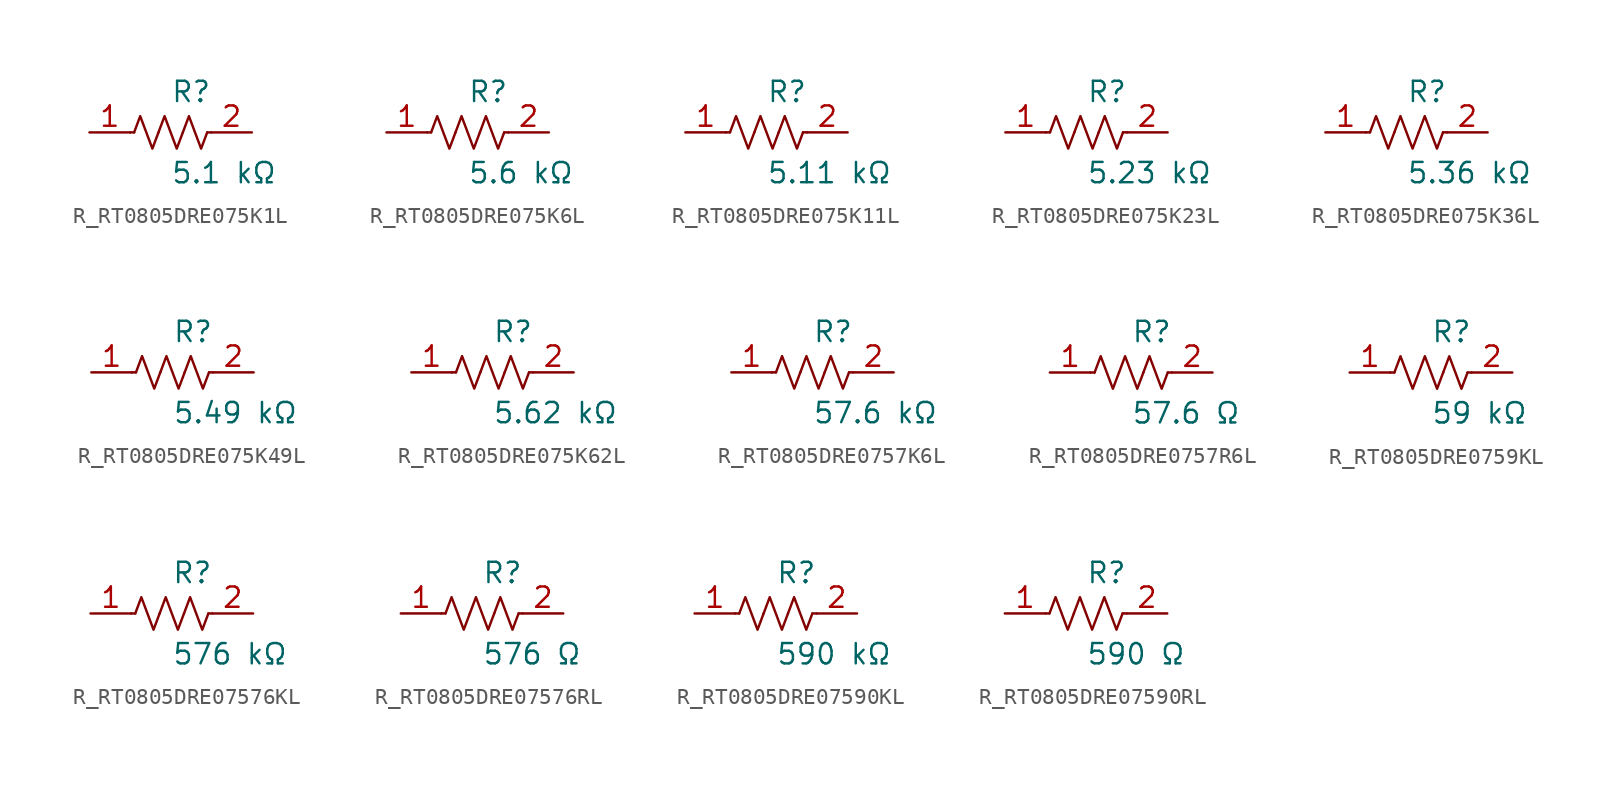
<source format=kicad_sym>
(kicad_symbol_lib
  (version 20231120)
  (generator kicad_symbol_editor)
  (generator_version 8.0)
  (symbol "R_RT0805DRE075K1L"
    (pin_names
      (offset 0.254))
    (property "Reference" "R"
      (at 0 2.54 0)
      (effects (font (size 1.27 1.27)) (justify left)))
    (property "Value" "5.1 kΩ"
      (at 0 -2.54 0)
      (effects (font (size 1.27 1.27)) (justify left)))
    (symbol "R_RT0805DRE075K1L_0_1"
      (polyline (pts (xy 2.286 0) (xy 2.54 0)) (stroke (width 0) (type default)) (fill (type none)))
      (polyline (pts (xy -2.286 0) (xy -2.54 0)) (stroke (width 0) (type default)) (fill (type none)))
      (polyline (pts (xy 0.762 0) (xy 1.143 1.016) (xy 1.524 0) (xy 1.905 -1.016) (xy 2.286 0)) (stroke (width 0) (type default)) (fill (type none)))
      (polyline (pts (xy -0.762 0) (xy -0.381 1.016) (xy 0 0) (xy 0.381 -1.016) (xy 0.762 0)) (stroke (width 0) (type default)) (fill (type none)))
      (polyline (pts (xy -2.286 0) (xy -1.905 1.016) (xy -1.524 0) (xy -1.143 -1.016) (xy -0.762 0)) (stroke (width 0) (type default)) (fill (type none))))
    (pin passive line
      (at -5.08 0 0)
      (length 2.54)
      (name "" (effects (font (size 1.27 1.27))))
      (number "1" (effects (font (size 1.27 1.27)))))
    (pin passive line
      (at 5.08 0 180)
      (length 2.54)
      (name "" (effects (font (size 1.27 1.27))))
      (number "2" (effects (font (size 1.27 1.27))))))
  (symbol "R_RT0805DRE075K6L"
    (pin_names
      (offset 0.254))
    (property "Reference" "R"
      (at 0 2.54 0)
      (effects (font (size 1.27 1.27)) (justify left)))
    (property "Value" "5.6 kΩ"
      (at 0 -2.54 0)
      (effects (font (size 1.27 1.27)) (justify left)))
    (symbol "R_RT0805DRE075K6L_0_1"
      (polyline (pts (xy 2.286 0) (xy 2.54 0)) (stroke (width 0) (type default)) (fill (type none)))
      (polyline (pts (xy -2.286 0) (xy -2.54 0)) (stroke (width 0) (type default)) (fill (type none)))
      (polyline (pts (xy 0.762 0) (xy 1.143 1.016) (xy 1.524 0) (xy 1.905 -1.016) (xy 2.286 0)) (stroke (width 0) (type default)) (fill (type none)))
      (polyline (pts (xy -0.762 0) (xy -0.381 1.016) (xy 0 0) (xy 0.381 -1.016) (xy 0.762 0)) (stroke (width 0) (type default)) (fill (type none)))
      (polyline (pts (xy -2.286 0) (xy -1.905 1.016) (xy -1.524 0) (xy -1.143 -1.016) (xy -0.762 0)) (stroke (width 0) (type default)) (fill (type none))))
    (pin passive line
      (at -5.08 0 0)
      (length 2.54)
      (name "" (effects (font (size 1.27 1.27))))
      (number "1" (effects (font (size 1.27 1.27)))))
    (pin passive line
      (at 5.08 0 180)
      (length 2.54)
      (name "" (effects (font (size 1.27 1.27))))
      (number "2" (effects (font (size 1.27 1.27))))))
  (symbol "R_RT0805DRE075K11L"
    (pin_names
      (offset 0.254))
    (property "Reference" "R"
      (at 0 2.54 0)
      (effects (font (size 1.27 1.27)) (justify left)))
    (property "Value" "5.11 kΩ"
      (at 0 -2.54 0)
      (effects (font (size 1.27 1.27)) (justify left)))
    (symbol "R_RT0805DRE075K11L_0_1"
      (polyline (pts (xy 2.286 0) (xy 2.54 0)) (stroke (width 0) (type default)) (fill (type none)))
      (polyline (pts (xy -2.286 0) (xy -2.54 0)) (stroke (width 0) (type default)) (fill (type none)))
      (polyline (pts (xy 0.762 0) (xy 1.143 1.016) (xy 1.524 0) (xy 1.905 -1.016) (xy 2.286 0)) (stroke (width 0) (type default)) (fill (type none)))
      (polyline (pts (xy -0.762 0) (xy -0.381 1.016) (xy 0 0) (xy 0.381 -1.016) (xy 0.762 0)) (stroke (width 0) (type default)) (fill (type none)))
      (polyline (pts (xy -2.286 0) (xy -1.905 1.016) (xy -1.524 0) (xy -1.143 -1.016) (xy -0.762 0)) (stroke (width 0) (type default)) (fill (type none))))
    (pin passive line
      (at -5.08 0 0)
      (length 2.54)
      (name "" (effects (font (size 1.27 1.27))))
      (number "1" (effects (font (size 1.27 1.27)))))
    (pin passive line
      (at 5.08 0 180)
      (length 2.54)
      (name "" (effects (font (size 1.27 1.27))))
      (number "2" (effects (font (size 1.27 1.27))))))
  (symbol "R_RT0805DRE075K23L"
    (pin_names
      (offset 0.254))
    (property "Reference" "R"
      (at 0 2.54 0)
      (effects (font (size 1.27 1.27)) (justify left)))
    (property "Value" "5.23 kΩ"
      (at 0 -2.54 0)
      (effects (font (size 1.27 1.27)) (justify left)))
    (symbol "R_RT0805DRE075K23L_0_1"
      (polyline (pts (xy 2.286 0) (xy 2.54 0)) (stroke (width 0) (type default)) (fill (type none)))
      (polyline (pts (xy -2.286 0) (xy -2.54 0)) (stroke (width 0) (type default)) (fill (type none)))
      (polyline (pts (xy 0.762 0) (xy 1.143 1.016) (xy 1.524 0) (xy 1.905 -1.016) (xy 2.286 0)) (stroke (width 0) (type default)) (fill (type none)))
      (polyline (pts (xy -0.762 0) (xy -0.381 1.016) (xy 0 0) (xy 0.381 -1.016) (xy 0.762 0)) (stroke (width 0) (type default)) (fill (type none)))
      (polyline (pts (xy -2.286 0) (xy -1.905 1.016) (xy -1.524 0) (xy -1.143 -1.016) (xy -0.762 0)) (stroke (width 0) (type default)) (fill (type none))))
    (pin passive line
      (at -5.08 0 0)
      (length 2.54)
      (name "" (effects (font (size 1.27 1.27))))
      (number "1" (effects (font (size 1.27 1.27)))))
    (pin passive line
      (at 5.08 0 180)
      (length 2.54)
      (name "" (effects (font (size 1.27 1.27))))
      (number "2" (effects (font (size 1.27 1.27))))))
  (symbol "R_RT0805DRE075K36L"
    (pin_names
      (offset 0.254))
    (property "Reference" "R"
      (at 0 2.54 0)
      (effects (font (size 1.27 1.27)) (justify left)))
    (property "Value" "5.36 kΩ"
      (at 0 -2.54 0)
      (effects (font (size 1.27 1.27)) (justify left)))
    (symbol "R_RT0805DRE075K36L_0_1"
      (polyline (pts (xy 2.286 0) (xy 2.54 0)) (stroke (width 0) (type default)) (fill (type none)))
      (polyline (pts (xy -2.286 0) (xy -2.54 0)) (stroke (width 0) (type default)) (fill (type none)))
      (polyline (pts (xy 0.762 0) (xy 1.143 1.016) (xy 1.524 0) (xy 1.905 -1.016) (xy 2.286 0)) (stroke (width 0) (type default)) (fill (type none)))
      (polyline (pts (xy -0.762 0) (xy -0.381 1.016) (xy 0 0) (xy 0.381 -1.016) (xy 0.762 0)) (stroke (width 0) (type default)) (fill (type none)))
      (polyline (pts (xy -2.286 0) (xy -1.905 1.016) (xy -1.524 0) (xy -1.143 -1.016) (xy -0.762 0)) (stroke (width 0) (type default)) (fill (type none))))
    (pin passive line
      (at -5.08 0 0)
      (length 2.54)
      (name "" (effects (font (size 1.27 1.27))))
      (number "1" (effects (font (size 1.27 1.27)))))
    (pin passive line
      (at 5.08 0 180)
      (length 2.54)
      (name "" (effects (font (size 1.27 1.27))))
      (number "2" (effects (font (size 1.27 1.27))))))
  (symbol "R_RT0805DRE075K49L"
    (pin_names
      (offset 0.254))
    (property "Reference" "R"
      (at 0 2.54 0)
      (effects (font (size 1.27 1.27)) (justify left)))
    (property "Value" "5.49 kΩ"
      (at 0 -2.54 0)
      (effects (font (size 1.27 1.27)) (justify left)))
    (symbol "R_RT0805DRE075K49L_0_1"
      (polyline (pts (xy 2.286 0) (xy 2.54 0)) (stroke (width 0) (type default)) (fill (type none)))
      (polyline (pts (xy -2.286 0) (xy -2.54 0)) (stroke (width 0) (type default)) (fill (type none)))
      (polyline (pts (xy 0.762 0) (xy 1.143 1.016) (xy 1.524 0) (xy 1.905 -1.016) (xy 2.286 0)) (stroke (width 0) (type default)) (fill (type none)))
      (polyline (pts (xy -0.762 0) (xy -0.381 1.016) (xy 0 0) (xy 0.381 -1.016) (xy 0.762 0)) (stroke (width 0) (type default)) (fill (type none)))
      (polyline (pts (xy -2.286 0) (xy -1.905 1.016) (xy -1.524 0) (xy -1.143 -1.016) (xy -0.762 0)) (stroke (width 0) (type default)) (fill (type none))))
    (pin passive line
      (at -5.08 0 0)
      (length 2.54)
      (name "" (effects (font (size 1.27 1.27))))
      (number "1" (effects (font (size 1.27 1.27)))))
    (pin passive line
      (at 5.08 0 180)
      (length 2.54)
      (name "" (effects (font (size 1.27 1.27))))
      (number "2" (effects (font (size 1.27 1.27))))))
  (symbol "R_RT0805DRE075K62L"
    (pin_names
      (offset 0.254))
    (property "Reference" "R"
      (at 0 2.54 0)
      (effects (font (size 1.27 1.27)) (justify left)))
    (property "Value" "5.62 kΩ"
      (at 0 -2.54 0)
      (effects (font (size 1.27 1.27)) (justify left)))
    (symbol "R_RT0805DRE075K62L_0_1"
      (polyline (pts (xy 2.286 0) (xy 2.54 0)) (stroke (width 0) (type default)) (fill (type none)))
      (polyline (pts (xy -2.286 0) (xy -2.54 0)) (stroke (width 0) (type default)) (fill (type none)))
      (polyline (pts (xy 0.762 0) (xy 1.143 1.016) (xy 1.524 0) (xy 1.905 -1.016) (xy 2.286 0)) (stroke (width 0) (type default)) (fill (type none)))
      (polyline (pts (xy -0.762 0) (xy -0.381 1.016) (xy 0 0) (xy 0.381 -1.016) (xy 0.762 0)) (stroke (width 0) (type default)) (fill (type none)))
      (polyline (pts (xy -2.286 0) (xy -1.905 1.016) (xy -1.524 0) (xy -1.143 -1.016) (xy -0.762 0)) (stroke (width 0) (type default)) (fill (type none))))
    (pin passive line
      (at -5.08 0 0)
      (length 2.54)
      (name "" (effects (font (size 1.27 1.27))))
      (number "1" (effects (font (size 1.27 1.27)))))
    (pin passive line
      (at 5.08 0 180)
      (length 2.54)
      (name "" (effects (font (size 1.27 1.27))))
      (number "2" (effects (font (size 1.27 1.27))))))
  (symbol "R_RT0805DRE0757K6L"
    (pin_names
      (offset 0.254))
    (property "Reference" "R"
      (at 0 2.54 0)
      (effects (font (size 1.27 1.27)) (justify left)))
    (property "Value" "57.6 kΩ"
      (at 0 -2.54 0)
      (effects (font (size 1.27 1.27)) (justify left)))
    (symbol "R_RT0805DRE0757K6L_0_1"
      (polyline (pts (xy 2.286 0) (xy 2.54 0)) (stroke (width 0) (type default)) (fill (type none)))
      (polyline (pts (xy -2.286 0) (xy -2.54 0)) (stroke (width 0) (type default)) (fill (type none)))
      (polyline (pts (xy 0.762 0) (xy 1.143 1.016) (xy 1.524 0) (xy 1.905 -1.016) (xy 2.286 0)) (stroke (width 0) (type default)) (fill (type none)))
      (polyline (pts (xy -0.762 0) (xy -0.381 1.016) (xy 0 0) (xy 0.381 -1.016) (xy 0.762 0)) (stroke (width 0) (type default)) (fill (type none)))
      (polyline (pts (xy -2.286 0) (xy -1.905 1.016) (xy -1.524 0) (xy -1.143 -1.016) (xy -0.762 0)) (stroke (width 0) (type default)) (fill (type none))))
    (pin passive line
      (at -5.08 0 0)
      (length 2.54)
      (name "" (effects (font (size 1.27 1.27))))
      (number "1" (effects (font (size 1.27 1.27)))))
    (pin passive line
      (at 5.08 0 180)
      (length 2.54)
      (name "" (effects (font (size 1.27 1.27))))
      (number "2" (effects (font (size 1.27 1.27))))))
  (symbol "R_RT0805DRE0757R6L"
    (pin_names
      (offset 0.254))
    (property "Reference" "R"
      (at 0 2.54 0)
      (effects (font (size 1.27 1.27)) (justify left)))
    (property "Value" "57.6 Ω"
      (at 0 -2.54 0)
      (effects (font (size 1.27 1.27)) (justify left)))
    (symbol "R_RT0805DRE0757R6L_0_1"
      (polyline (pts (xy 2.286 0) (xy 2.54 0)) (stroke (width 0) (type default)) (fill (type none)))
      (polyline (pts (xy -2.286 0) (xy -2.54 0)) (stroke (width 0) (type default)) (fill (type none)))
      (polyline (pts (xy 0.762 0) (xy 1.143 1.016) (xy 1.524 0) (xy 1.905 -1.016) (xy 2.286 0)) (stroke (width 0) (type default)) (fill (type none)))
      (polyline (pts (xy -0.762 0) (xy -0.381 1.016) (xy 0 0) (xy 0.381 -1.016) (xy 0.762 0)) (stroke (width 0) (type default)) (fill (type none)))
      (polyline (pts (xy -2.286 0) (xy -1.905 1.016) (xy -1.524 0) (xy -1.143 -1.016) (xy -0.762 0)) (stroke (width 0) (type default)) (fill (type none))))
    (pin passive line
      (at -5.08 0 0)
      (length 2.54)
      (name "" (effects (font (size 1.27 1.27))))
      (number "1" (effects (font (size 1.27 1.27)))))
    (pin passive line
      (at 5.08 0 180)
      (length 2.54)
      (name "" (effects (font (size 1.27 1.27))))
      (number "2" (effects (font (size 1.27 1.27))))))
  (symbol "R_RT0805DRE0759KL"
    (pin_names
      (offset 0.254))
    (property "Reference" "R"
      (at 0 2.54 0)
      (effects (font (size 1.27 1.27)) (justify left)))
    (property "Value" "59 kΩ"
      (at 0 -2.54 0)
      (effects (font (size 1.27 1.27)) (justify left)))
    (symbol "R_RT0805DRE0759KL_0_1"
      (polyline (pts (xy 2.286 0) (xy 2.54 0)) (stroke (width 0) (type default)) (fill (type none)))
      (polyline (pts (xy -2.286 0) (xy -2.54 0)) (stroke (width 0) (type default)) (fill (type none)))
      (polyline (pts (xy 0.762 0) (xy 1.143 1.016) (xy 1.524 0) (xy 1.905 -1.016) (xy 2.286 0)) (stroke (width 0) (type default)) (fill (type none)))
      (polyline (pts (xy -0.762 0) (xy -0.381 1.016) (xy 0 0) (xy 0.381 -1.016) (xy 0.762 0)) (stroke (width 0) (type default)) (fill (type none)))
      (polyline (pts (xy -2.286 0) (xy -1.905 1.016) (xy -1.524 0) (xy -1.143 -1.016) (xy -0.762 0)) (stroke (width 0) (type default)) (fill (type none))))
    (pin passive line
      (at -5.08 0 0)
      (length 2.54)
      (name "" (effects (font (size 1.27 1.27))))
      (number "1" (effects (font (size 1.27 1.27)))))
    (pin passive line
      (at 5.08 0 180)
      (length 2.54)
      (name "" (effects (font (size 1.27 1.27))))
      (number "2" (effects (font (size 1.27 1.27))))))
  (symbol "R_RT0805DRE07576KL"
    (pin_names
      (offset 0.254))
    (property "Reference" "R"
      (at 0 2.54 0)
      (effects (font (size 1.27 1.27)) (justify left)))
    (property "Value" "576 kΩ"
      (at 0 -2.54 0)
      (effects (font (size 1.27 1.27)) (justify left)))
    (symbol "R_RT0805DRE07576KL_0_1"
      (polyline (pts (xy 2.286 0) (xy 2.54 0)) (stroke (width 0) (type default)) (fill (type none)))
      (polyline (pts (xy -2.286 0) (xy -2.54 0)) (stroke (width 0) (type default)) (fill (type none)))
      (polyline (pts (xy 0.762 0) (xy 1.143 1.016) (xy 1.524 0) (xy 1.905 -1.016) (xy 2.286 0)) (stroke (width 0) (type default)) (fill (type none)))
      (polyline (pts (xy -0.762 0) (xy -0.381 1.016) (xy 0 0) (xy 0.381 -1.016) (xy 0.762 0)) (stroke (width 0) (type default)) (fill (type none)))
      (polyline (pts (xy -2.286 0) (xy -1.905 1.016) (xy -1.524 0) (xy -1.143 -1.016) (xy -0.762 0)) (stroke (width 0) (type default)) (fill (type none))))
    (pin passive line
      (at -5.08 0 0)
      (length 2.54)
      (name "" (effects (font (size 1.27 1.27))))
      (number "1" (effects (font (size 1.27 1.27)))))
    (pin passive line
      (at 5.08 0 180)
      (length 2.54)
      (name "" (effects (font (size 1.27 1.27))))
      (number "2" (effects (font (size 1.27 1.27))))))
  (symbol "R_RT0805DRE07576RL"
    (pin_names
      (offset 0.254))
    (property "Reference" "R"
      (at 0 2.54 0)
      (effects (font (size 1.27 1.27)) (justify left)))
    (property "Value" "576 Ω"
      (at 0 -2.54 0)
      (effects (font (size 1.27 1.27)) (justify left)))
    (symbol "R_RT0805DRE07576RL_0_1"
      (polyline (pts (xy 2.286 0) (xy 2.54 0)) (stroke (width 0) (type default)) (fill (type none)))
      (polyline (pts (xy -2.286 0) (xy -2.54 0)) (stroke (width 0) (type default)) (fill (type none)))
      (polyline (pts (xy 0.762 0) (xy 1.143 1.016) (xy 1.524 0) (xy 1.905 -1.016) (xy 2.286 0)) (stroke (width 0) (type default)) (fill (type none)))
      (polyline (pts (xy -0.762 0) (xy -0.381 1.016) (xy 0 0) (xy 0.381 -1.016) (xy 0.762 0)) (stroke (width 0) (type default)) (fill (type none)))
      (polyline (pts (xy -2.286 0) (xy -1.905 1.016) (xy -1.524 0) (xy -1.143 -1.016) (xy -0.762 0)) (stroke (width 0) (type default)) (fill (type none))))
    (pin passive line
      (at -5.08 0 0)
      (length 2.54)
      (name "" (effects (font (size 1.27 1.27))))
      (number "1" (effects (font (size 1.27 1.27)))))
    (pin passive line
      (at 5.08 0 180)
      (length 2.54)
      (name "" (effects (font (size 1.27 1.27))))
      (number "2" (effects (font (size 1.27 1.27))))))
  (symbol "R_RT0805DRE07590KL"
    (pin_names
      (offset 0.254))
    (property "Reference" "R"
      (at 0 2.54 0)
      (effects (font (size 1.27 1.27)) (justify left)))
    (property "Value" "590 kΩ"
      (at 0 -2.54 0)
      (effects (font (size 1.27 1.27)) (justify left)))
    (symbol "R_RT0805DRE07590KL_0_1"
      (polyline (pts (xy 2.286 0) (xy 2.54 0)) (stroke (width 0) (type default)) (fill (type none)))
      (polyline (pts (xy -2.286 0) (xy -2.54 0)) (stroke (width 0) (type default)) (fill (type none)))
      (polyline (pts (xy 0.762 0) (xy 1.143 1.016) (xy 1.524 0) (xy 1.905 -1.016) (xy 2.286 0)) (stroke (width 0) (type default)) (fill (type none)))
      (polyline (pts (xy -0.762 0) (xy -0.381 1.016) (xy 0 0) (xy 0.381 -1.016) (xy 0.762 0)) (stroke (width 0) (type default)) (fill (type none)))
      (polyline (pts (xy -2.286 0) (xy -1.905 1.016) (xy -1.524 0) (xy -1.143 -1.016) (xy -0.762 0)) (stroke (width 0) (type default)) (fill (type none))))
    (pin passive line
      (at -5.08 0 0)
      (length 2.54)
      (name "" (effects (font (size 1.27 1.27))))
      (number "1" (effects (font (size 1.27 1.27)))))
    (pin passive line
      (at 5.08 0 180)
      (length 2.54)
      (name "" (effects (font (size 1.27 1.27))))
      (number "2" (effects (font (size 1.27 1.27))))))
  (symbol "R_RT0805DRE07590RL"
    (pin_names
      (offset 0.254))
    (property "Reference" "R"
      (at 0 2.54 0)
      (effects (font (size 1.27 1.27)) (justify left)))
    (property "Value" "590 Ω"
      (at 0 -2.54 0)
      (effects (font (size 1.27 1.27)) (justify left)))
    (symbol "R_RT0805DRE07590RL_0_1"
      (polyline (pts (xy 2.286 0) (xy 2.54 0)) (stroke (width 0) (type default)) (fill (type none)))
      (polyline (pts (xy -2.286 0) (xy -2.54 0)) (stroke (width 0) (type default)) (fill (type none)))
      (polyline (pts (xy 0.762 0) (xy 1.143 1.016) (xy 1.524 0) (xy 1.905 -1.016) (xy 2.286 0)) (stroke (width 0) (type default)) (fill (type none)))
      (polyline (pts (xy -0.762 0) (xy -0.381 1.016) (xy 0 0) (xy 0.381 -1.016) (xy 0.762 0)) (stroke (width 0) (type default)) (fill (type none)))
      (polyline (pts (xy -2.286 0) (xy -1.905 1.016) (xy -1.524 0) (xy -1.143 -1.016) (xy -0.762 0)) (stroke (width 0) (type default)) (fill (type none))))
    (pin passive line
      (at -5.08 0 0)
      (length 2.54)
      (name "" (effects (font (size 1.27 1.27))))
      (number "1" (effects (font (size 1.27 1.27)))))
    (pin passive line
      (at 5.08 0 180)
      (length 2.54)
      (name "" (effects (font (size 1.27 1.27))))
      (number "2" (effects (font (size 1.27 1.27)))))))
</source>
